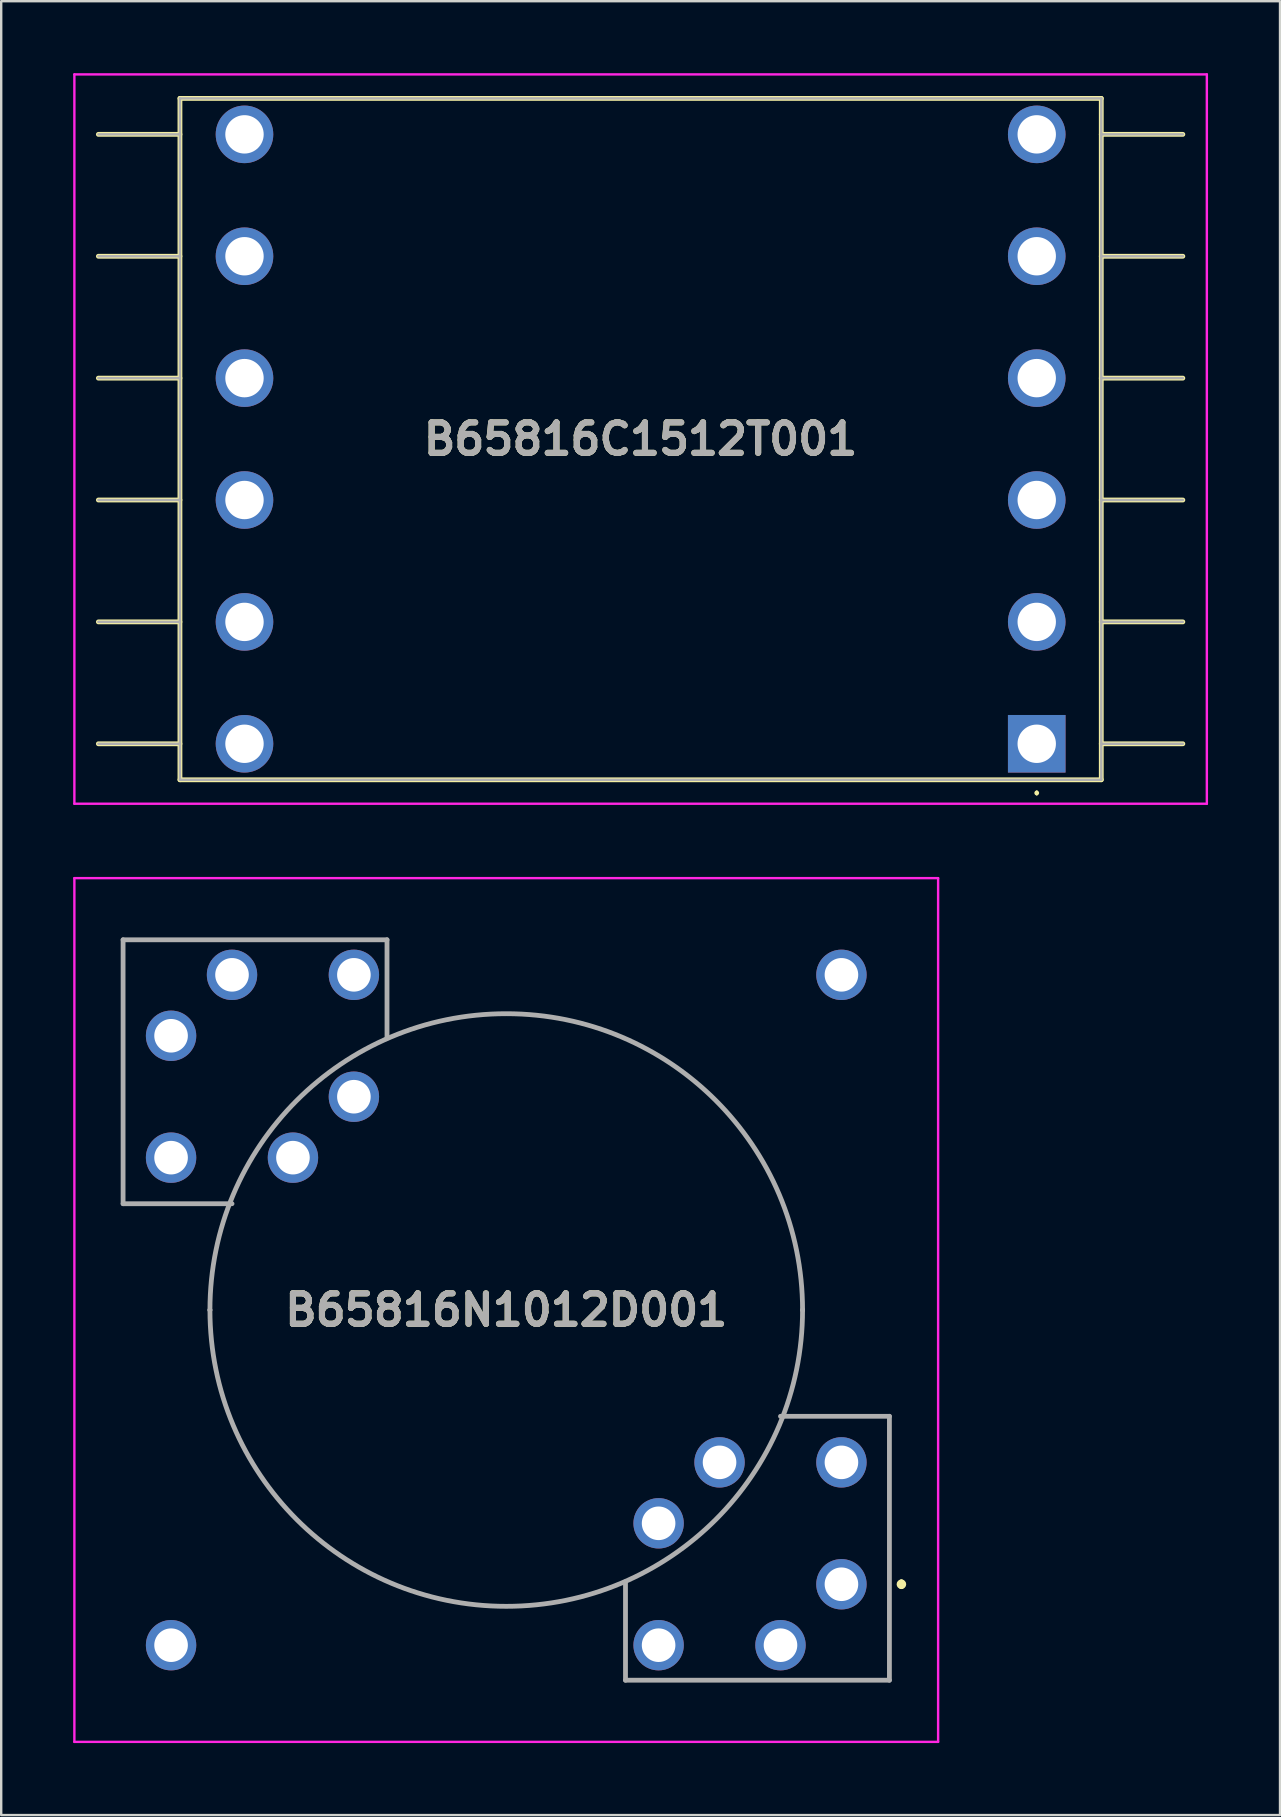
<source format=kicad_pcb>
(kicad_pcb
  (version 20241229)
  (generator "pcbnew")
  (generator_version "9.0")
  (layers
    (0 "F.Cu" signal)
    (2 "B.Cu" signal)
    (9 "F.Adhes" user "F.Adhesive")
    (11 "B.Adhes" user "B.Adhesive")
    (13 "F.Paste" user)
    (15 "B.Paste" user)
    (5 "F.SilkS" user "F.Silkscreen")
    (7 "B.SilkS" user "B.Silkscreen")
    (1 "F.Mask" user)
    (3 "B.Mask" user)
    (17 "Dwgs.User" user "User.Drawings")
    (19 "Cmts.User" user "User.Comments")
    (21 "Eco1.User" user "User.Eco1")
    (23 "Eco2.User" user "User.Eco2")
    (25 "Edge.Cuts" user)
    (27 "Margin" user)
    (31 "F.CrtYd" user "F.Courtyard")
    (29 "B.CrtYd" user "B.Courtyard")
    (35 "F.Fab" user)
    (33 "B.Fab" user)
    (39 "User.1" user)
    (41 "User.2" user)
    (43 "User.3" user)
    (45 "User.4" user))
  (footprint "B65816C1512T001"
    (layer "F.Cu")
    (at 40.16 27.95)
    (property "Reference" "B65816C1512T001" (at -16.51 -12.7 0) (layer "F.SilkS") (effects (font (size 1.27 1.27) (thickness 0.254))))
    (attr through_hole)
    (fp_line (start -35.71 -26.9) (end -35.71 1.5) (stroke (width 0.2) (type solid)) (layer "F.SilkS"))
    (fp_line (start -35.71 -25.4) (end -39.11 -25.4) (stroke (width 0.2) (type solid)) (layer "F.SilkS"))
    (fp_line (start -35.71 -20.32) (end -39.11 -20.32) (stroke (width 0.2) (type solid)) (layer "F.SilkS"))
    (fp_line (start -35.71 -15.24) (end -39.11 -15.24) (stroke (width 0.2) (type solid)) (layer "F.SilkS"))
    (fp_line (start -35.71 -10.16) (end -39.11 -10.16) (stroke (width 0.2) (type solid)) (layer "F.SilkS"))
    (fp_line (start -35.71 -5.08) (end -39.11 -5.08) (stroke (width 0.2) (type solid)) (layer "F.SilkS"))
    (fp_line (start -35.71 0) (end -39.11 0) (stroke (width 0.2) (type solid)) (layer "F.SilkS"))
    (fp_line (start -35.71 1.5) (end 2.69 1.5) (stroke (width 0.2) (type solid)) (layer "F.SilkS"))
    (fp_line (start 0 2) (end 0 2) (stroke (width 0.1) (type solid)) (layer "F.SilkS"))
    (fp_line (start 0 2.1) (end 0 2.1) (stroke (width 0.1) (type solid)) (layer "F.SilkS"))
    (fp_line (start 2.69 -26.9) (end -35.71 -26.9) (stroke (width 0.2) (type solid)) (layer "F.SilkS"))
    (fp_line (start 2.69 -25.4) (end 6.09 -25.4) (stroke (width 0.2) (type solid)) (layer "F.SilkS"))
    (fp_line (start 2.69 -20.32) (end 6.09 -20.32) (stroke (width 0.2) (type solid)) (layer "F.SilkS"))
    (fp_line (start 2.69 -15.24) (end 6.09 -15.24) (stroke (width 0.2) (type solid)) (layer "F.SilkS"))
    (fp_line (start 2.69 -10.16) (end 6.09 -10.16) (stroke (width 0.2) (type solid)) (layer "F.SilkS"))
    (fp_line (start 2.69 -5.08) (end 6.09 -5.08) (stroke (width 0.2) (type solid)) (layer "F.SilkS"))
    (fp_line (start 2.69 0) (end 6.09 0) (stroke (width 0.2) (type solid)) (layer "F.SilkS"))
    (fp_line (start 2.69 1.5) (end 2.69 -26.9) (stroke (width 0.2) (type solid)) (layer "F.SilkS"))
    (fp_arc (start 0 2) (mid 0.05 2.05) (end 0 2.1) (stroke (width 0.1) (type solid)) (layer "F.SilkS"))
    (fp_arc (start 0 2.1) (mid -0.05 2.05) (end 0 2) (stroke (width 0.1) (type solid)) (layer "F.SilkS"))
    (fp_line (start -40.11 -27.9) (end -40.11 2.5) (stroke (width 0.1) (type solid)) (layer "F.CrtYd"))
    (fp_line (start -40.11 2.5) (end 7.09 2.5) (stroke (width 0.1) (type solid)) (layer "F.CrtYd"))
    (fp_line (start 7.09 -27.9) (end -40.11 -27.9) (stroke (width 0.1) (type solid)) (layer "F.CrtYd"))
    (fp_line (start 7.09 2.5) (end 7.09 -27.9) (stroke (width 0.1) (type solid)) (layer "F.CrtYd"))
    (fp_line (start -35.71 -26.9) (end -35.71 1.5) (stroke (width 0.1) (type solid)) (layer "F.Fab"))
    (fp_line (start -35.71 -25.4) (end -39.11 -25.4) (stroke (width 0.1) (type solid)) (layer "F.Fab"))
    (fp_line (start -35.71 -20.32) (end -39.11 -20.32) (stroke (width 0.1) (type solid)) (layer "F.Fab"))
    (fp_line (start -35.71 -15.24) (end -39.11 -15.24) (stroke (width 0.1) (type solid)) (layer "F.Fab"))
    (fp_line (start -35.71 -10.16) (end -39.11 -10.16) (stroke (width 0.1) (type solid)) (layer "F.Fab"))
    (fp_line (start -35.71 -5.08) (end -39.11 -5.08) (stroke (width 0.1) (type solid)) (layer "F.Fab"))
    (fp_line (start -35.71 0) (end -39.11 0) (stroke (width 0.1) (type solid)) (layer "F.Fab"))
    (fp_line (start -35.71 1.5) (end 2.69 1.5) (stroke (width 0.1) (type solid)) (layer "F.Fab"))
    (fp_line (start 2.69 -26.9) (end -35.71 -26.9) (stroke (width 0.1) (type solid)) (layer "F.Fab"))
    (fp_line (start 2.69 -25.4) (end 6.09 -25.4) (stroke (width 0.1) (type solid)) (layer "F.Fab"))
    (fp_line (start 2.69 -20.32) (end 6.09 -20.32) (stroke (width 0.1) (type solid)) (layer "F.Fab"))
    (fp_line (start 2.69 -15.24) (end 6.09 -15.24) (stroke (width 0.1) (type solid)) (layer "F.Fab"))
    (fp_line (start 2.69 -10.16) (end 6.09 -10.16) (stroke (width 0.1) (type solid)) (layer "F.Fab"))
    (fp_line (start 2.69 -5.08) (end 6.09 -5.08) (stroke (width 0.1) (type solid)) (layer "F.Fab"))
    (fp_line (start 2.69 0) (end 6.09 0) (stroke (width 0.1) (type solid)) (layer "F.Fab"))
    (fp_line (start 2.69 1.5) (end 2.69 -26.9) (stroke (width 0.1) (type solid)) (layer "F.Fab"))
    (fp_text user "${REFERENCE}" (at -16.51 -12.7 0) (layer "F.Fab") (effects (font (size 1.27 1.27) (thickness 0.254))))
    (pad "1" thru_hole rect (at 0 0) (size 2.4 2.4) (drill 1.6) (layers "*.Cu" "*.Mask"))
    (pad "2" thru_hole circle (at 0 -5.08) (size 2.4 2.4) (drill 1.6) (layers "*.Cu" "*.Mask"))
    (pad "3" thru_hole circle (at 0 -10.16) (size 2.4 2.4) (drill 1.6) (layers "*.Cu" "*.Mask"))
    (pad "4" thru_hole circle (at 0 -15.24) (size 2.4 2.4) (drill 1.6) (layers "*.Cu" "*.Mask"))
    (pad "5" thru_hole circle (at 0 -20.32) (size 2.4 2.4) (drill 1.6) (layers "*.Cu" "*.Mask"))
    (pad "6" thru_hole circle (at 0 -25.4) (size 2.4 2.4) (drill 1.6) (layers "*.Cu" "*.Mask"))
    (pad "7" thru_hole circle (at -33.02 -25.4) (size 2.4 2.4) (drill 1.6) (layers "*.Cu" "*.Mask"))
    (pad "8" thru_hole circle (at -33.02 -20.32) (size 2.4 2.4) (drill 1.6) (layers "*.Cu" "*.Mask"))
    (pad "9" thru_hole circle (at -33.02 -15.24) (size 2.4 2.4) (drill 1.6) (layers "*.Cu" "*.Mask"))
    (pad "10" thru_hole circle (at -33.02 -10.16) (size 2.4 2.4) (drill 1.6) (layers "*.Cu" "*.Mask"))
    (pad "11" thru_hole circle (at -33.02 -5.08) (size 2.4 2.4) (drill 1.6) (layers "*.Cu" "*.Mask"))
    (pad "12" thru_hole circle (at -33.02 0) (size 2.4 2.4) (drill 1.6) (layers "*.Cu" "*.Mask")))
  (footprint "B65816N1012D001"
    (layer "F.Cu")
    (at 32.02 62.98)
    (property "Reference" "B65816N1012D001" (at -13.97 -11.43 0) (layer "F.SilkS") (effects (font (size 1.27 1.27) (thickness 0.254))))
    (attr through_hole)
    (fp_line (start -29.94 -26.86) (end -29.94 -15.86) (stroke (width 0.1) (type solid)) (layer "F.SilkS"))
    (fp_line (start -29.94 -15.86) (end -25.4 -15.86) (stroke (width 0.1) (type solid)) (layer "F.SilkS"))
    (fp_line (start -26.32 -11.43) (end -26.32 -11.43) (stroke (width 0.1) (type solid)) (layer "F.SilkS"))
    (fp_line (start -18.94 -26.86) (end -29.94 -26.86) (stroke (width 0.1) (type solid)) (layer "F.SilkS"))
    (fp_line (start -18.94 -22.76) (end -18.94 -26.86) (stroke (width 0.1) (type solid)) (layer "F.SilkS"))
    (fp_line (start -9 -0.1) (end -9 4) (stroke (width 0.1) (type solid)) (layer "F.SilkS"))
    (fp_line (start -9 4) (end 2 4) (stroke (width 0.1) (type solid)) (layer "F.SilkS"))
    (fp_line (start -1.62 -11.43) (end -1.62 -11.43) (stroke (width 0.1) (type solid)) (layer "F.SilkS"))
    (fp_line (start 2 -7) (end -2.54 -7) (stroke (width 0.1) (type solid)) (layer "F.SilkS"))
    (fp_line (start 2 4) (end 2 -7) (stroke (width 0.1) (type solid)) (layer "F.SilkS"))
    (fp_line (start 2.5 -0.1) (end 2.5 -0.1) (stroke (width 0.2) (type solid)) (layer "F.SilkS"))
    (fp_line (start 2.5 0.1) (end 2.5 0.1) (stroke (width 0.2) (type solid)) (layer "F.SilkS"))
    (fp_arc (start -26.32 -11.43) (mid -13.97 -23.78) (end -1.62 -11.43) (stroke (width 0.1) (type solid)) (layer "F.SilkS"))
    (fp_arc (start -1.62 -11.43) (mid -13.97 0.92) (end -26.32 -11.43) (stroke (width 0.1) (type solid)) (layer "F.SilkS"))
    (fp_arc (start 2.5 -0.1) (mid 2.6 0) (end 2.5 0.1) (stroke (width 0.2) (type solid)) (layer "F.SilkS"))
    (fp_arc (start 2.5 0.1) (mid 2.4 0) (end 2.5 -0.1) (stroke (width 0.2) (type solid)) (layer "F.SilkS"))
    (fp_line (start -31.97 -29.43) (end 4.03 -29.43) (stroke (width 0.1) (type solid)) (layer "F.CrtYd"))
    (fp_line (start -31.97 6.57) (end -31.97 -29.43) (stroke (width 0.1) (type solid)) (layer "F.CrtYd"))
    (fp_line (start 4.03 -29.43) (end 4.03 6.57) (stroke (width 0.1) (type solid)) (layer "F.CrtYd"))
    (fp_line (start 4.03 6.57) (end -31.97 6.57) (stroke (width 0.1) (type solid)) (layer "F.CrtYd"))
    (fp_line (start -29.94 -26.86) (end -29.94 -15.86) (stroke (width 0.2) (type solid)) (layer "F.Fab"))
    (fp_line (start -29.94 -15.86) (end -25.4 -15.86) (stroke (width 0.2) (type solid)) (layer "F.Fab"))
    (fp_line (start -26.32 -11.43) (end -26.32 -11.43) (stroke (width 0.2) (type solid)) (layer "F.Fab"))
    (fp_line (start -18.94 -26.86) (end -29.94 -26.86) (stroke (width 0.2) (type solid)) (layer "F.Fab"))
    (fp_line (start -18.94 -22.76) (end -18.94 -26.86) (stroke (width 0.2) (type solid)) (layer "F.Fab"))
    (fp_line (start -9 4) (end -9 -0.1) (stroke (width 0.2) (type solid)) (layer "F.Fab"))
    (fp_line (start -2.54 -7) (end 2 -7) (stroke (width 0.2) (type solid)) (layer "F.Fab"))
    (fp_line (start -1.62 -11.43) (end -1.62 -11.43) (stroke (width 0.2) (type solid)) (layer "F.Fab"))
    (fp_line (start 2 -7) (end 2 4) (stroke (width 0.2) (type solid)) (layer "F.Fab"))
    (fp_line (start 2 4) (end -9 4) (stroke (width 0.2) (type solid)) (layer "F.Fab"))
    (fp_arc (start -26.32 -11.43) (mid -13.97 -23.78) (end -1.62 -11.43) (stroke (width 0.2) (type solid)) (layer "F.Fab"))
    (fp_arc (start -1.62 -11.43) (mid -13.97 0.92) (end -26.32 -11.43) (stroke (width 0.2) (type solid)) (layer "F.Fab"))
    (fp_text user "${REFERENCE}" (at -13.97 -11.43 0) (layer "F.Fab") (effects (font (size 1.27 1.27) (thickness 0.254))))
    (pad "1" thru_hole circle (at 0 0) (size 2.1 2.1) (drill 1.4) (layers "*.Cu" "*.Mask"))
    (pad "2" thru_hole circle (at 0 -5.08) (size 2.1 2.1) (drill 1.4) (layers "*.Cu" "*.Mask"))
    (pad "3" thru_hole circle (at -5.08 -5.08) (size 2.1 2.1) (drill 1.4) (layers "*.Cu" "*.Mask"))
    (pad "4" thru_hole circle (at -20.32 -20.32) (size 2.1 2.1) (drill 1.4) (layers "*.Cu" "*.Mask"))
    (pad "5" thru_hole circle (at -20.32 -25.4) (size 2.1 2.1) (drill 1.4) (layers "*.Cu" "*.Mask"))
    (pad "6" thru_hole circle (at -25.4 -25.4) (size 2.1 2.1) (drill 1.4) (layers "*.Cu" "*.Mask"))
    (pad "7" thru_hole circle (at -27.94 -22.86) (size 2.1 2.1) (drill 1.4) (layers "*.Cu" "*.Mask"))
    (pad "8" thru_hole circle (at -27.94 -17.78) (size 2.1 2.1) (drill 1.4) (layers "*.Cu" "*.Mask"))
    (pad "9" thru_hole circle (at -22.86 -17.78) (size 2.1 2.1) (drill 1.4) (layers "*.Cu" "*.Mask"))
    (pad "10" thru_hole circle (at -7.62 -2.54) (size 2.1 2.1) (drill 1.4) (layers "*.Cu" "*.Mask"))
    (pad "11" thru_hole circle (at -7.62 2.54) (size 2.1 2.1) (drill 1.4) (layers "*.Cu" "*.Mask"))
    (pad "12" thru_hole circle (at -2.54 2.54) (size 2.1 2.1) (drill 1.4) (layers "*.Cu" "*.Mask"))
    (pad "G1" thru_hole circle (at 0 -25.4) (size 2.1 2.1) (drill 1.4) (layers "*.Cu" "*.Mask"))
    (pad "G2" thru_hole circle (at -27.94 2.54) (size 2.1 2.1) (drill 1.4) (layers "*.Cu" "*.Mask")))
  (gr_rect
    (start -3 -3)
    (end 50.3 72.6)
    (stroke (width 0.1) (type default))
    (fill no)
    (layer "Edge.Cuts")))
</source>
